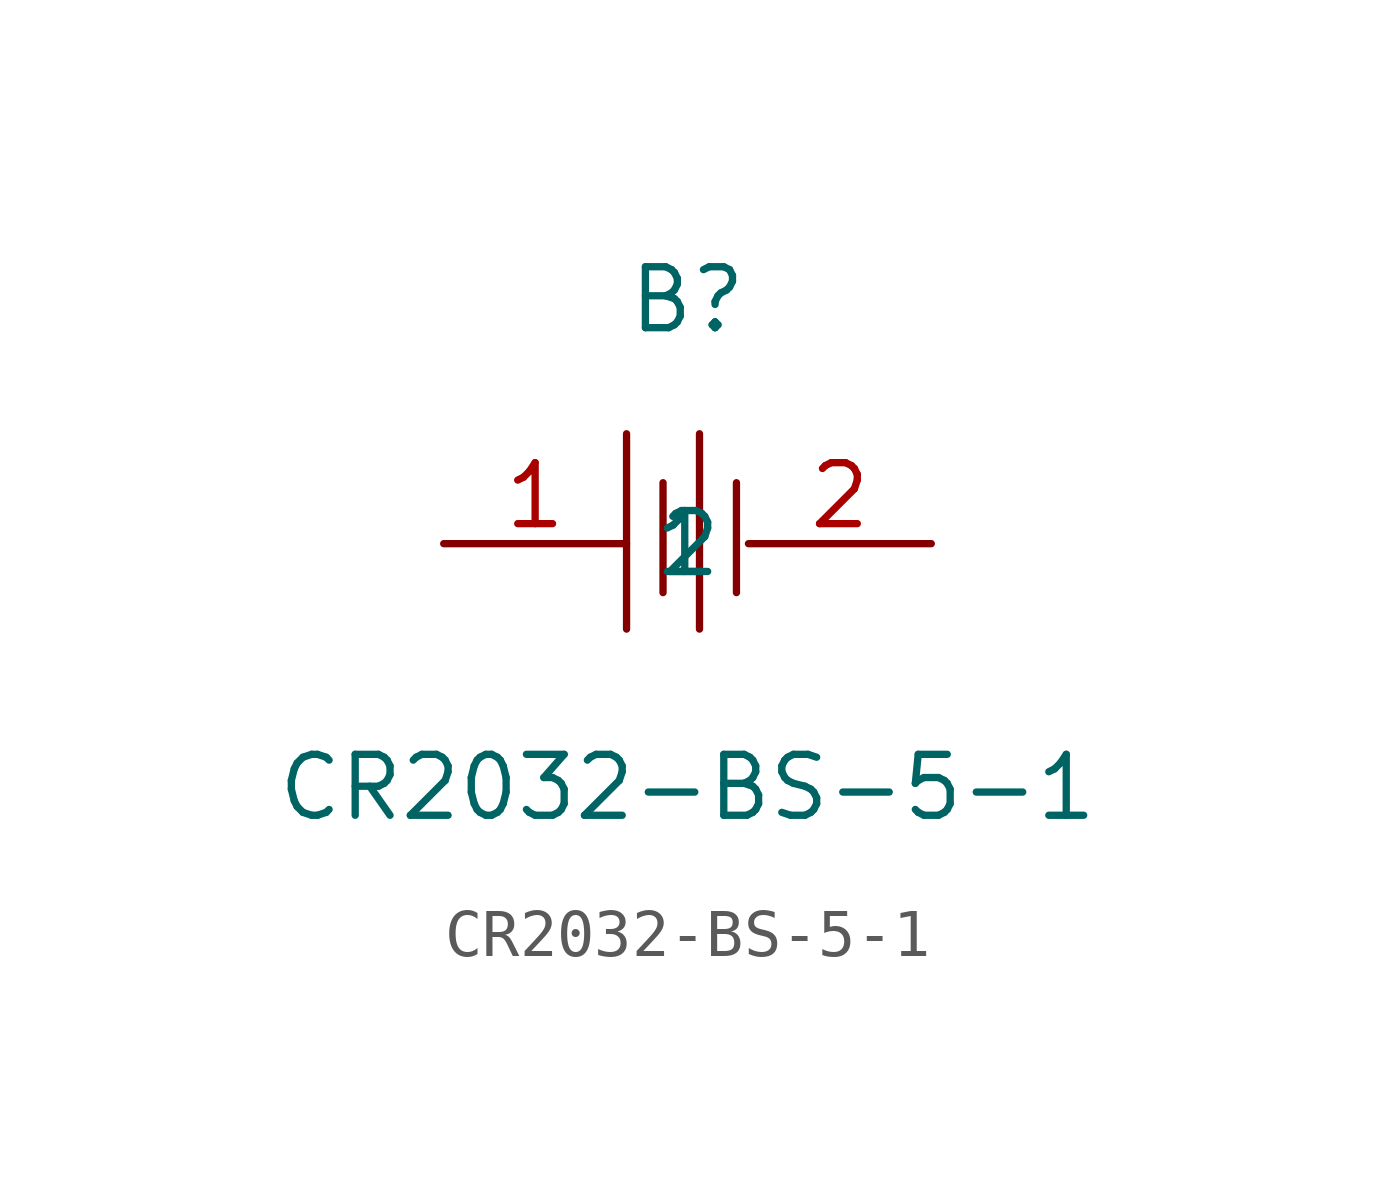
<source format=kicad_sym>
(kicad_symbol_lib
  (version 20211014)
  (generator https://github.com/uPesy/easyeda2kicad.py)
  (symbol "CR2032-BS-5-1"
    (property "Reference" "B"
      (at 0 5.08 0)
      (effects (font (size 1.27 1.27))))
    (property "Value" "CR2032-BS-5-1"
      (at 0 -5.08 0)
      (effects (font (size 1.27 1.27))))
    (symbol "CR2032-BS-5-1_0_1"
      (polyline (pts (xy -1.27 2.29) (xy -1.27 -1.78)) (stroke (width 0) (type default) (color 0 0 0 0)) (fill (type none)))
      (polyline (pts (xy -0.51 1.27) (xy -0.51 -1.02)) (stroke (width 0) (type default) (color 0 0 0 0)) (fill (type none)))
      (polyline (pts (xy 0.25 2.29) (xy 0.25 -1.78)) (stroke (width 0) (type default) (color 0 0 0 0)) (fill (type none)))
      (polyline (pts (xy 1.02 1.27) (xy 1.02 -1.02)) (stroke (width 0) (type default) (color 0 0 0 0)) (fill (type none)))
      (pin input line (at -5.08 -0.00 0) (length 3.81) (name "1" (effects (font (size 1.27 1.27)))) (number "1" (effects (font (size 1.27 1.27)))))
      (pin input line (at 5.08 -0.00 180) (length 3.81) (name "2" (effects (font (size 1.27 1.27)))) (number "2" (effects (font (size 1.27 1.27))))))))
</source>
